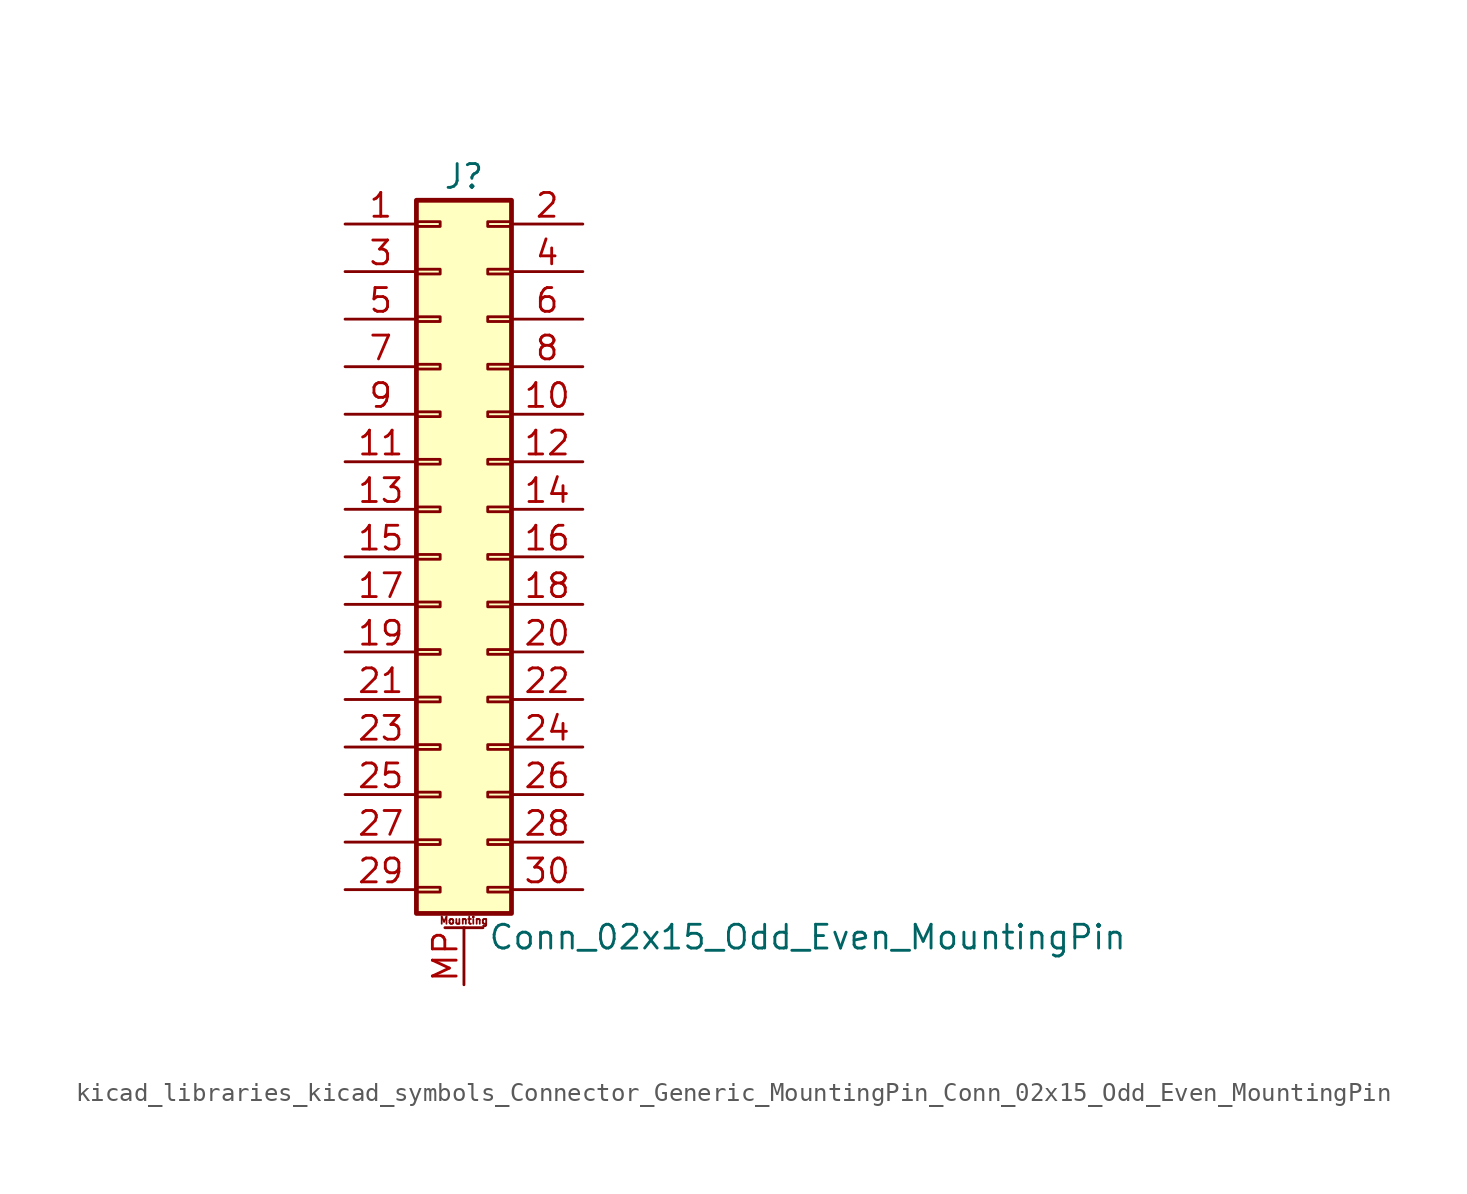
<source format=kicad_sym>
(kicad_symbol_lib
  (version 20220914)
  (generator kicad_symbol_editor)
  (symbol "kicad_libraries_kicad_symbols_Connector_Generic_MountingPin_Conn_02x15_Odd_Even_MountingPin"
    (pin_names
      (offset 1.016) hide)
    (property "Reference" "J"
      (at 1.27 20.32 0)
      (effects (font (size 1.27 1.27))))
    (property "Value" "Conn_02x15_Odd_Even_MountingPin"
      (at 2.54 -20.32 0)
      (effects (font (size 1.27 1.27)) (justify left)))
    (symbol "kicad_libraries_kicad_symbols_Connector_Generic_MountingPin_Conn_02x15_Odd_Even_MountingPin_1_1"
      (rectangle (start -1.27 -17.653) (end 0 -17.907) (stroke (width 0.152) (type default)) (fill (type none)))
      (rectangle (start -1.27 -15.113) (end 0 -15.367) (stroke (width 0.152) (type default)) (fill (type none)))
      (rectangle (start -1.27 -12.573) (end 0 -12.827) (stroke (width 0.152) (type default)) (fill (type none)))
      (rectangle (start -1.27 -10.033) (end 0 -10.287) (stroke (width 0.152) (type default)) (fill (type none)))
      (rectangle (start -1.27 -7.493) (end 0 -7.747) (stroke (width 0.152) (type default)) (fill (type none)))
      (rectangle (start -1.27 -4.953) (end 0 -5.207) (stroke (width 0.152) (type default)) (fill (type none)))
      (rectangle (start -1.27 -2.413) (end 0 -2.667) (stroke (width 0.152) (type default)) (fill (type none)))
      (rectangle (start -1.27 0.127) (end 0 -0.127) (stroke (width 0.152) (type default)) (fill (type none)))
      (rectangle (start -1.27 2.667) (end 0 2.413) (stroke (width 0.152) (type default)) (fill (type none)))
      (rectangle (start -1.27 5.207) (end 0 4.953) (stroke (width 0.152) (type default)) (fill (type none)))
      (rectangle (start -1.27 7.747) (end 0 7.493) (stroke (width 0.152) (type default)) (fill (type none)))
      (rectangle (start -1.27 10.287) (end 0 10.033) (stroke (width 0.152) (type default)) (fill (type none)))
      (rectangle (start -1.27 12.827) (end 0 12.573) (stroke (width 0.152) (type default)) (fill (type none)))
      (rectangle (start -1.27 15.367) (end 0 15.113) (stroke (width 0.152) (type default)) (fill (type none)))
      (rectangle (start -1.27 17.907) (end 0 17.653) (stroke (width 0.152) (type default)) (fill (type none)))
      (rectangle (start -1.27 19.05) (end 3.81 -19.05) (stroke (width 0.254) (type default)) (fill (type background)))
      (polyline (pts (xy 0.254 -19.812) (xy 2.286 -19.812)) (stroke (width 0.152) (type default)) (fill (type none)))
      (rectangle (start 3.81 -17.653) (end 2.54 -17.907) (stroke (width 0.152) (type default)) (fill (type none)))
      (rectangle (start 3.81 -15.113) (end 2.54 -15.367) (stroke (width 0.152) (type default)) (fill (type none)))
      (rectangle (start 3.81 -12.573) (end 2.54 -12.827) (stroke (width 0.152) (type default)) (fill (type none)))
      (rectangle (start 3.81 -10.033) (end 2.54 -10.287) (stroke (width 0.152) (type default)) (fill (type none)))
      (rectangle (start 3.81 -7.493) (end 2.54 -7.747) (stroke (width 0.152) (type default)) (fill (type none)))
      (rectangle (start 3.81 -4.953) (end 2.54 -5.207) (stroke (width 0.152) (type default)) (fill (type none)))
      (rectangle (start 3.81 -2.413) (end 2.54 -2.667) (stroke (width 0.152) (type default)) (fill (type none)))
      (rectangle (start 3.81 0.127) (end 2.54 -0.127) (stroke (width 0.152) (type default)) (fill (type none)))
      (rectangle (start 3.81 2.667) (end 2.54 2.413) (stroke (width 0.152) (type default)) (fill (type none)))
      (rectangle (start 3.81 5.207) (end 2.54 4.953) (stroke (width 0.152) (type default)) (fill (type none)))
      (rectangle (start 3.81 7.747) (end 2.54 7.493) (stroke (width 0.152) (type default)) (fill (type none)))
      (rectangle (start 3.81 10.287) (end 2.54 10.033) (stroke (width 0.152) (type default)) (fill (type none)))
      (rectangle (start 3.81 12.827) (end 2.54 12.573) (stroke (width 0.152) (type default)) (fill (type none)))
      (rectangle (start 3.81 15.367) (end 2.54 15.113) (stroke (width 0.152) (type default)) (fill (type none)))
      (rectangle (start 3.81 17.907) (end 2.54 17.653) (stroke (width 0.152) (type default)) (fill (type none)))
      (text "Mounting" (at 1.27 -19.431 0) (effects (font (size 0.381 0.381))))
      (pin passive line (at -5.08 17.78 0) (length 3.81) (name "Pin_1" (effects (font (size 1.27 1.27)))) (number "1" (effects (font (size 1.27 1.27)))))
      (pin passive line (at 7.62 7.62 180) (length 3.81) (name "Pin_10" (effects (font (size 1.27 1.27)))) (number "10" (effects (font (size 1.27 1.27)))))
      (pin passive line (at -5.08 5.08 0) (length 3.81) (name "Pin_11" (effects (font (size 1.27 1.27)))) (number "11" (effects (font (size 1.27 1.27)))))
      (pin passive line (at 7.62 5.08 180) (length 3.81) (name "Pin_12" (effects (font (size 1.27 1.27)))) (number "12" (effects (font (size 1.27 1.27)))))
      (pin passive line (at -5.08 2.54 0) (length 3.81) (name "Pin_13" (effects (font (size 1.27 1.27)))) (number "13" (effects (font (size 1.27 1.27)))))
      (pin passive line (at 7.62 2.54 180) (length 3.81) (name "Pin_14" (effects (font (size 1.27 1.27)))) (number "14" (effects (font (size 1.27 1.27)))))
      (pin passive line (at -5.08 0 0) (length 3.81) (name "Pin_15" (effects (font (size 1.27 1.27)))) (number "15" (effects (font (size 1.27 1.27)))))
      (pin passive line (at 7.62 0 180) (length 3.81) (name "Pin_16" (effects (font (size 1.27 1.27)))) (number "16" (effects (font (size 1.27 1.27)))))
      (pin passive line (at -5.08 -2.54 0) (length 3.81) (name "Pin_17" (effects (font (size 1.27 1.27)))) (number "17" (effects (font (size 1.27 1.27)))))
      (pin passive line (at 7.62 -2.54 180) (length 3.81) (name "Pin_18" (effects (font (size 1.27 1.27)))) (number "18" (effects (font (size 1.27 1.27)))))
      (pin passive line (at -5.08 -5.08 0) (length 3.81) (name "Pin_19" (effects (font (size 1.27 1.27)))) (number "19" (effects (font (size 1.27 1.27)))))
      (pin passive line (at 7.62 17.78 180) (length 3.81) (name "Pin_2" (effects (font (size 1.27 1.27)))) (number "2" (effects (font (size 1.27 1.27)))))
      (pin passive line (at 7.62 -5.08 180) (length 3.81) (name "Pin_20" (effects (font (size 1.27 1.27)))) (number "20" (effects (font (size 1.27 1.27)))))
      (pin passive line (at -5.08 -7.62 0) (length 3.81) (name "Pin_21" (effects (font (size 1.27 1.27)))) (number "21" (effects (font (size 1.27 1.27)))))
      (pin passive line (at 7.62 -7.62 180) (length 3.81) (name "Pin_22" (effects (font (size 1.27 1.27)))) (number "22" (effects (font (size 1.27 1.27)))))
      (pin passive line (at -5.08 -10.16 0) (length 3.81) (name "Pin_23" (effects (font (size 1.27 1.27)))) (number "23" (effects (font (size 1.27 1.27)))))
      (pin passive line (at 7.62 -10.16 180) (length 3.81) (name "Pin_24" (effects (font (size 1.27 1.27)))) (number "24" (effects (font (size 1.27 1.27)))))
      (pin passive line (at -5.08 -12.7 0) (length 3.81) (name "Pin_25" (effects (font (size 1.27 1.27)))) (number "25" (effects (font (size 1.27 1.27)))))
      (pin passive line (at 7.62 -12.7 180) (length 3.81) (name "Pin_26" (effects (font (size 1.27 1.27)))) (number "26" (effects (font (size 1.27 1.27)))))
      (pin passive line (at -5.08 -15.24 0) (length 3.81) (name "Pin_27" (effects (font (size 1.27 1.27)))) (number "27" (effects (font (size 1.27 1.27)))))
      (pin passive line (at 7.62 -15.24 180) (length 3.81) (name "Pin_28" (effects (font (size 1.27 1.27)))) (number "28" (effects (font (size 1.27 1.27)))))
      (pin passive line (at -5.08 -17.78 0) (length 3.81) (name "Pin_29" (effects (font (size 1.27 1.27)))) (number "29" (effects (font (size 1.27 1.27)))))
      (pin passive line (at -5.08 15.24 0) (length 3.81) (name "Pin_3" (effects (font (size 1.27 1.27)))) (number "3" (effects (font (size 1.27 1.27)))))
      (pin passive line (at 7.62 -17.78 180) (length 3.81) (name "Pin_30" (effects (font (size 1.27 1.27)))) (number "30" (effects (font (size 1.27 1.27)))))
      (pin passive line (at 7.62 15.24 180) (length 3.81) (name "Pin_4" (effects (font (size 1.27 1.27)))) (number "4" (effects (font (size 1.27 1.27)))))
      (pin passive line (at -5.08 12.7 0) (length 3.81) (name "Pin_5" (effects (font (size 1.27 1.27)))) (number "5" (effects (font (size 1.27 1.27)))))
      (pin passive line (at 7.62 12.7 180) (length 3.81) (name "Pin_6" (effects (font (size 1.27 1.27)))) (number "6" (effects (font (size 1.27 1.27)))))
      (pin passive line (at -5.08 10.16 0) (length 3.81) (name "Pin_7" (effects (font (size 1.27 1.27)))) (number "7" (effects (font (size 1.27 1.27)))))
      (pin passive line (at 7.62 10.16 180) (length 3.81) (name "Pin_8" (effects (font (size 1.27 1.27)))) (number "8" (effects (font (size 1.27 1.27)))))
      (pin passive line (at -5.08 7.62 0) (length 3.81) (name "Pin_9" (effects (font (size 1.27 1.27)))) (number "9" (effects (font (size 1.27 1.27)))))
      (pin passive line (at 1.27 -22.86 90) (length 3.048) (name "MountPin" (effects (font (size 1.27 1.27)))) (number "MP" (effects (font (size 1.27 1.27))))))))
</source>
